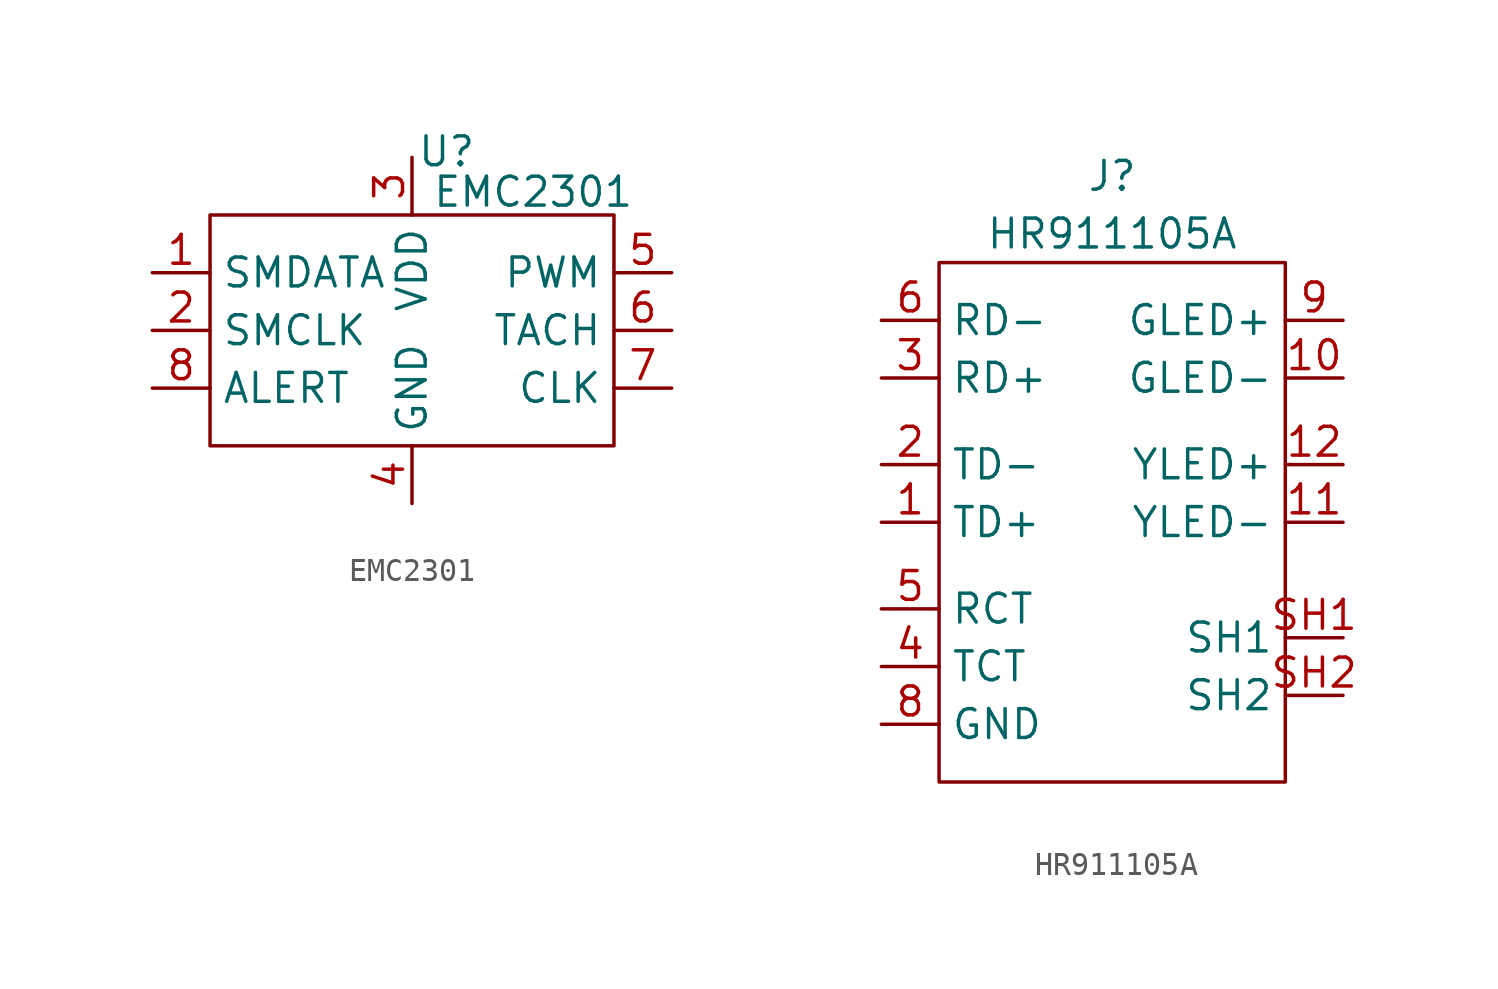
<source format=kicad_sym>
(kicad_symbol_lib
  (version 20231120)
  (generator "kicad_symbol_editor")
  (generator_version "8.0")
  (symbol "EMC2301"
    (property "Reference" "U"
      (at 1.524 2.794 0)
      (effects (font (size 1.27 1.27))))
    (property "Value" "EMC2301"
      (at 5.334 1.016 0)
      (effects (font (size 1.27 1.27))))
    (symbol "EMC2301_0_1"
      (rectangle (start -8.89 0) (end 8.89 -10.16) (stroke (width 0) (type default)) (fill (type none))))
    (symbol "EMC2301_1_1"
      (pin input line (at -11.43 -2.54 0) (length 2.54) (name "SMDATA" (effects (font (size 1.27 1.27)))) (number "1" (effects (font (size 1.27 1.27)))))
      (pin input line (at -11.43 -5.08 0) (length 2.54) (name "SMCLK" (effects (font (size 1.27 1.27)))) (number "2" (effects (font (size 1.27 1.27)))))
      (pin power_in line (at 0 2.54 270) (length 2.54) (name "VDD" (effects (font (size 1.27 1.27)))) (number "3" (effects (font (size 1.27 1.27)))))
      (pin power_in line (at 0 -12.7 90) (length 2.54) (name "GND" (effects (font (size 1.27 1.27)))) (number "4" (effects (font (size 1.27 1.27)))))
      (pin output line (at 11.43 -2.54 180) (length 2.54) (name "PWM" (effects (font (size 1.27 1.27)))) (number "5" (effects (font (size 1.27 1.27)))))
      (pin input line (at 11.43 -5.08 180) (length 2.54) (name "TACH" (effects (font (size 1.27 1.27)))) (number "6" (effects (font (size 1.27 1.27)))))
      (pin bidirectional line (at 11.43 -7.62 180) (length 2.54) (name "CLK" (effects (font (size 1.27 1.27)))) (number "7" (effects (font (size 1.27 1.27)))))
      (pin output line (at -11.43 -7.62 0) (length 2.54) (name "ALERT" (effects (font (size 1.27 1.27)))) (number "8" (effects (font (size 1.27 1.27)))))))
  (symbol "HR911105A"
    (property "Reference" "J"
      (at 10.16 3.81 0)
      (effects (font (size 1.27 1.27))))
    (property "Value" "HR911105A"
      (at 10.16 1.27 0)
      (effects (font (size 1.27 1.27))))
    (symbol "HR911105A_0_1"
      (rectangle (start 2.54 0) (end 17.78 -22.86) (stroke (width 0) (type default)) (fill (type none))))
    (symbol "HR911105A_1_1"
      (pin input line (at 0 -11.43 0) (length 2.54) (name "TD+" (effects (font (size 1.27 1.27)))) (number "1" (effects (font (size 1.27 1.27)))))
      (pin input line (at 20.32 -5.08 180) (length 2.54) (name "GLED-" (effects (font (size 1.27 1.27)))) (number "10" (effects (font (size 1.27 1.27)))))
      (pin input line (at 20.32 -11.43 180) (length 2.54) (name "YLED-" (effects (font (size 1.27 1.27)))) (number "11" (effects (font (size 1.27 1.27)))))
      (pin input line (at 20.32 -8.89 180) (length 2.54) (name "YLED+" (effects (font (size 1.27 1.27)))) (number "12" (effects (font (size 1.27 1.27)))))
      (pin input line (at 0 -8.89 0) (length 2.54) (name "TD-" (effects (font (size 1.27 1.27)))) (number "2" (effects (font (size 1.27 1.27)))))
      (pin input line (at 0 -5.08 0) (length 2.54) (name "RD+" (effects (font (size 1.27 1.27)))) (number "3" (effects (font (size 1.27 1.27)))))
      (pin input line (at 0 -17.78 0) (length 2.54) (name "TCT" (effects (font (size 1.27 1.27)))) (number "4" (effects (font (size 1.27 1.27)))))
      (pin input line (at 0 -15.24 0) (length 2.54) (name "RCT" (effects (font (size 1.27 1.27)))) (number "5" (effects (font (size 1.27 1.27)))))
      (pin input line (at 0 -2.54 0) (length 2.54) (name "RD-" (effects (font (size 1.27 1.27)))) (number "6" (effects (font (size 1.27 1.27)))))
      (pin no_connect line (at 20.32 -21.59 180) (length 2.54) hide (name "NC" (effects (font (size 1.27 1.27)))) (number "7" (effects (font (size 1.27 1.27)))))
      (pin open_collector line (at 0 -20.32 0) (length 2.54) (name "GND" (effects (font (size 1.27 1.27)))) (number "8" (effects (font (size 1.27 1.27)))))
      (pin input line (at 20.32 -2.54 180) (length 2.54) (name "GLED+" (effects (font (size 1.27 1.27)))) (number "9" (effects (font (size 1.27 1.27)))))
      (pin input line (at 20.32 -16.51 180) (length 2.54) (name "SH1" (effects (font (size 1.27 1.27)))) (number "SH1" (effects (font (size 1.27 1.27)))))
      (pin input line (at 20.32 -19.05 180) (length 2.54) (name "SH2" (effects (font (size 1.27 1.27)))) (number "SH2" (effects (font (size 1.27 1.27))))))))
</source>
